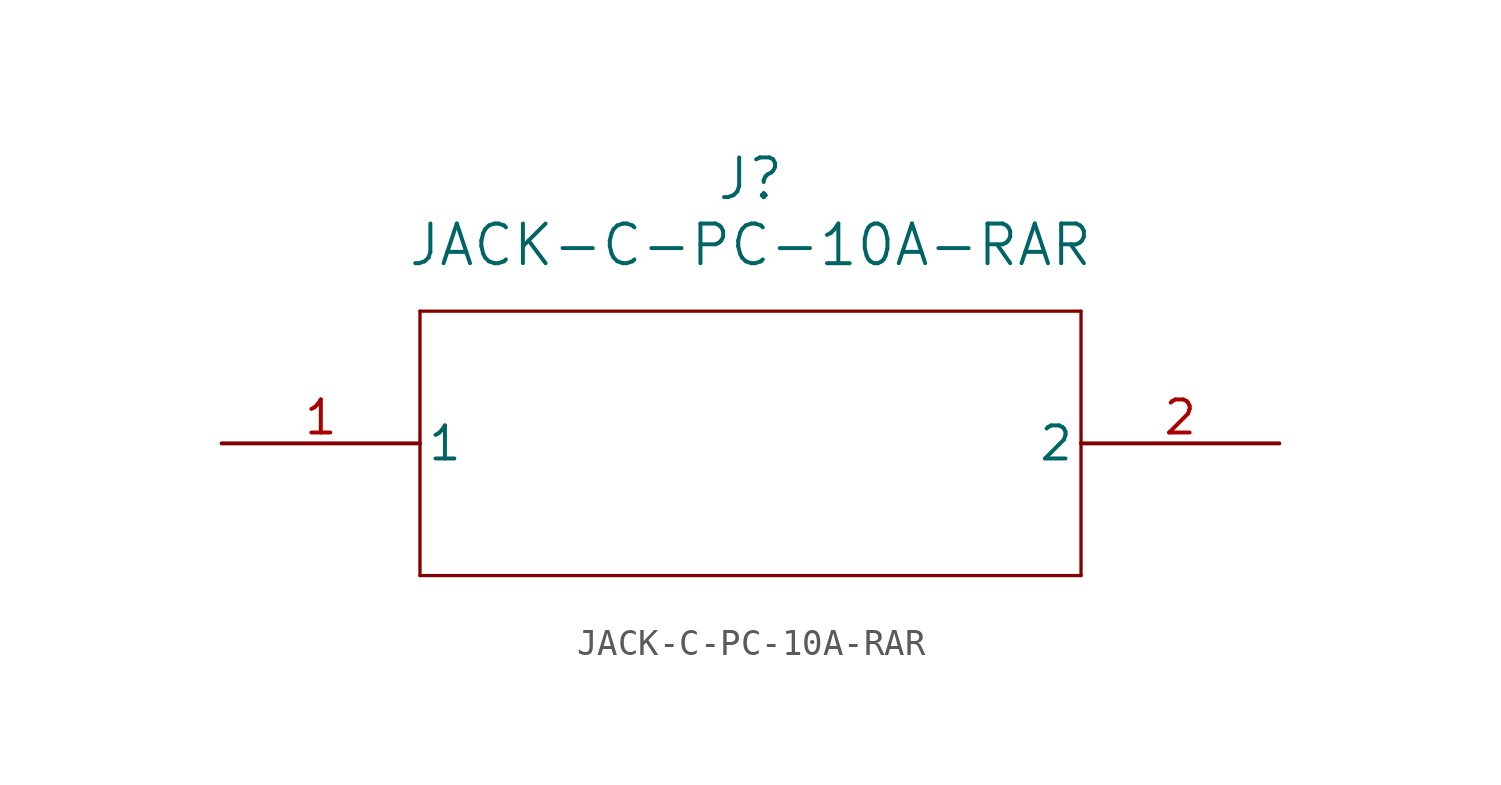
<source format=kicad_sym>
(kicad_symbol_lib
  (version 20211014)
  (generator kicad_symbol_editor)
  (symbol "JACK-C-PC-10A-RAR"
    (pin_names
      (offset 0.254))
    (property "Reference" "J"
      (at 20.32 10.16 0)
      (effects (font (size 1.524 1.524))))
    (property "Value" "JACK-C-PC-10A-RAR"
      (at 20.32 7.62 0)
      (effects (font (size 1.524 1.524))))
    (symbol "JACK-C-PC-10A-RAR_0_1"
      (polyline (pts (xy 7.62 5.08) (xy 7.62 -5.08)) (stroke (width 0.127) (type default) (color 0 0 0 0)) (fill (type none)))
      (polyline (pts (xy 7.62 -5.08) (xy 33.02 -5.08)) (stroke (width 0.127) (type default) (color 0 0 0 0)) (fill (type none)))
      (polyline (pts (xy 33.02 -5.08) (xy 33.02 5.08)) (stroke (width 0.127) (type default) (color 0 0 0 0)) (fill (type none)))
      (polyline (pts (xy 33.02 5.08) (xy 7.62 5.08)) (stroke (width 0.127) (type default) (color 0 0 0 0)) (fill (type none)))
      (pin unspecified line (at 0 0 0) (length 7.62) (name "1" (effects (font (size 1.27 1.27)))) (number "1" (effects (font (size 1.27 1.27)))))
      (pin unspecified line (at 40.64 0 180) (length 7.62) (name "2" (effects (font (size 1.27 1.27)))) (number "2" (effects (font (size 1.27 1.27))))))))
</source>
